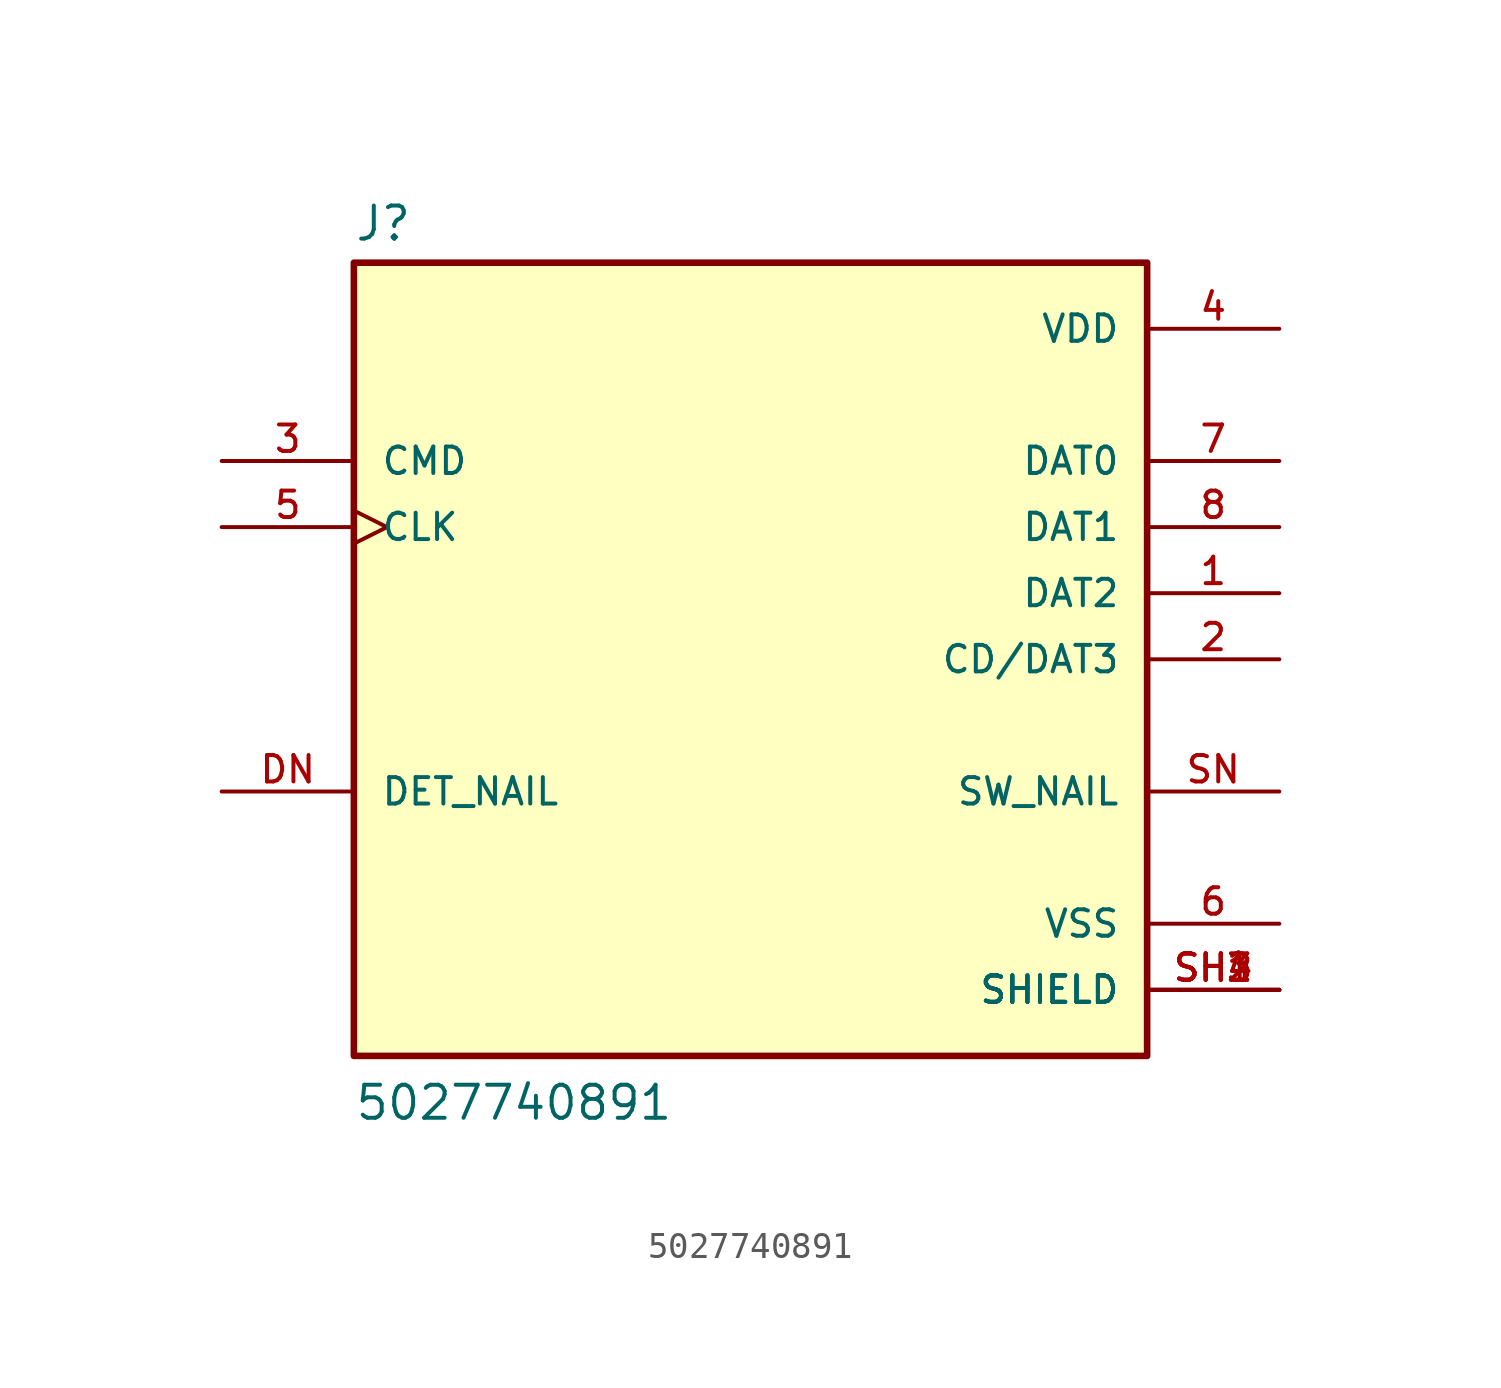
<source format=kicad_sym>
(kicad_symbol_lib
  (version 20211014)
  (generator kicad_symbol_editor)
  (symbol "5027740891"
    (pin_names
      (offset 1.016))
    (property "Reference" "J"
      (at -15.24 16.002 0)
      (effects (font (size 1.27 1.27)) (justify bottom left)))
    (property "Value" "5027740891"
      (at -15.24 -17.78 0)
      (effects (font (size 1.27 1.27)) (justify bottom left)))
    (symbol "5027740891_0_0"
      (rectangle (start -15.24 -15.24) (end 15.24 15.24) (stroke (width 0.254)) (fill (type background)))
      (pin bidirectional line (at 20.32 2.54 180.0) (length 5.08) (name "DAT2" (effects (font (size 1.016 1.016)))) (number "1" (effects (font (size 1.016 1.016)))))
      (pin bidirectional line (at 20.32 0.0 180.0) (length 5.08) (name "CD/DAT3" (effects (font (size 1.016 1.016)))) (number "2" (effects (font (size 1.016 1.016)))))
      (pin bidirectional line (at -20.32 7.62 0) (length 5.08) (name "CMD" (effects (font (size 1.016 1.016)))) (number "3" (effects (font (size 1.016 1.016)))))
      (pin power_in line (at 20.32 12.7 180.0) (length 5.08) (name "VDD" (effects (font (size 1.016 1.016)))) (number "4" (effects (font (size 1.016 1.016)))))
      (pin input clock (at -20.32 5.08 0) (length 5.08) (name "CLK" (effects (font (size 1.016 1.016)))) (number "5" (effects (font (size 1.016 1.016)))))
      (pin power_in line (at 20.32 -10.16 180.0) (length 5.08) (name "VSS" (effects (font (size 1.016 1.016)))) (number "6" (effects (font (size 1.016 1.016)))))
      (pin bidirectional line (at 20.32 7.62 180.0) (length 5.08) (name "DAT0" (effects (font (size 1.016 1.016)))) (number "7" (effects (font (size 1.016 1.016)))))
      (pin bidirectional line (at 20.32 5.08 180.0) (length 5.08) (name "DAT1" (effects (font (size 1.016 1.016)))) (number "8" (effects (font (size 1.016 1.016)))))
      (pin passive line (at 20.32 -12.7 180.0) (length 5.08) (name "SHIELD" (effects (font (size 1.016 1.016)))) (number "SH1" (effects (font (size 1.016 1.016)))))
      (pin passive line (at 20.32 -12.7 180.0) (length 5.08) (name "SHIELD" (effects (font (size 1.016 1.016)))) (number "SH2" (effects (font (size 1.016 1.016)))))
      (pin passive line (at 20.32 -12.7 180.0) (length 5.08) (name "SHIELD" (effects (font (size 1.016 1.016)))) (number "SH3" (effects (font (size 1.016 1.016)))))
      (pin passive line (at 20.32 -12.7 180.0) (length 5.08) (name "SHIELD" (effects (font (size 1.016 1.016)))) (number "SH4" (effects (font (size 1.016 1.016)))))
      (pin passive line (at -20.32 -5.08 0) (length 5.08) (name "DET_NAIL" (effects (font (size 1.016 1.016)))) (number "DN" (effects (font (size 1.016 1.016)))))
      (pin passive line (at 20.32 -5.08 180.0) (length 5.08) (name "SW_NAIL" (effects (font (size 1.016 1.016)))) (number "SN" (effects (font (size 1.016 1.016))))))))
</source>
